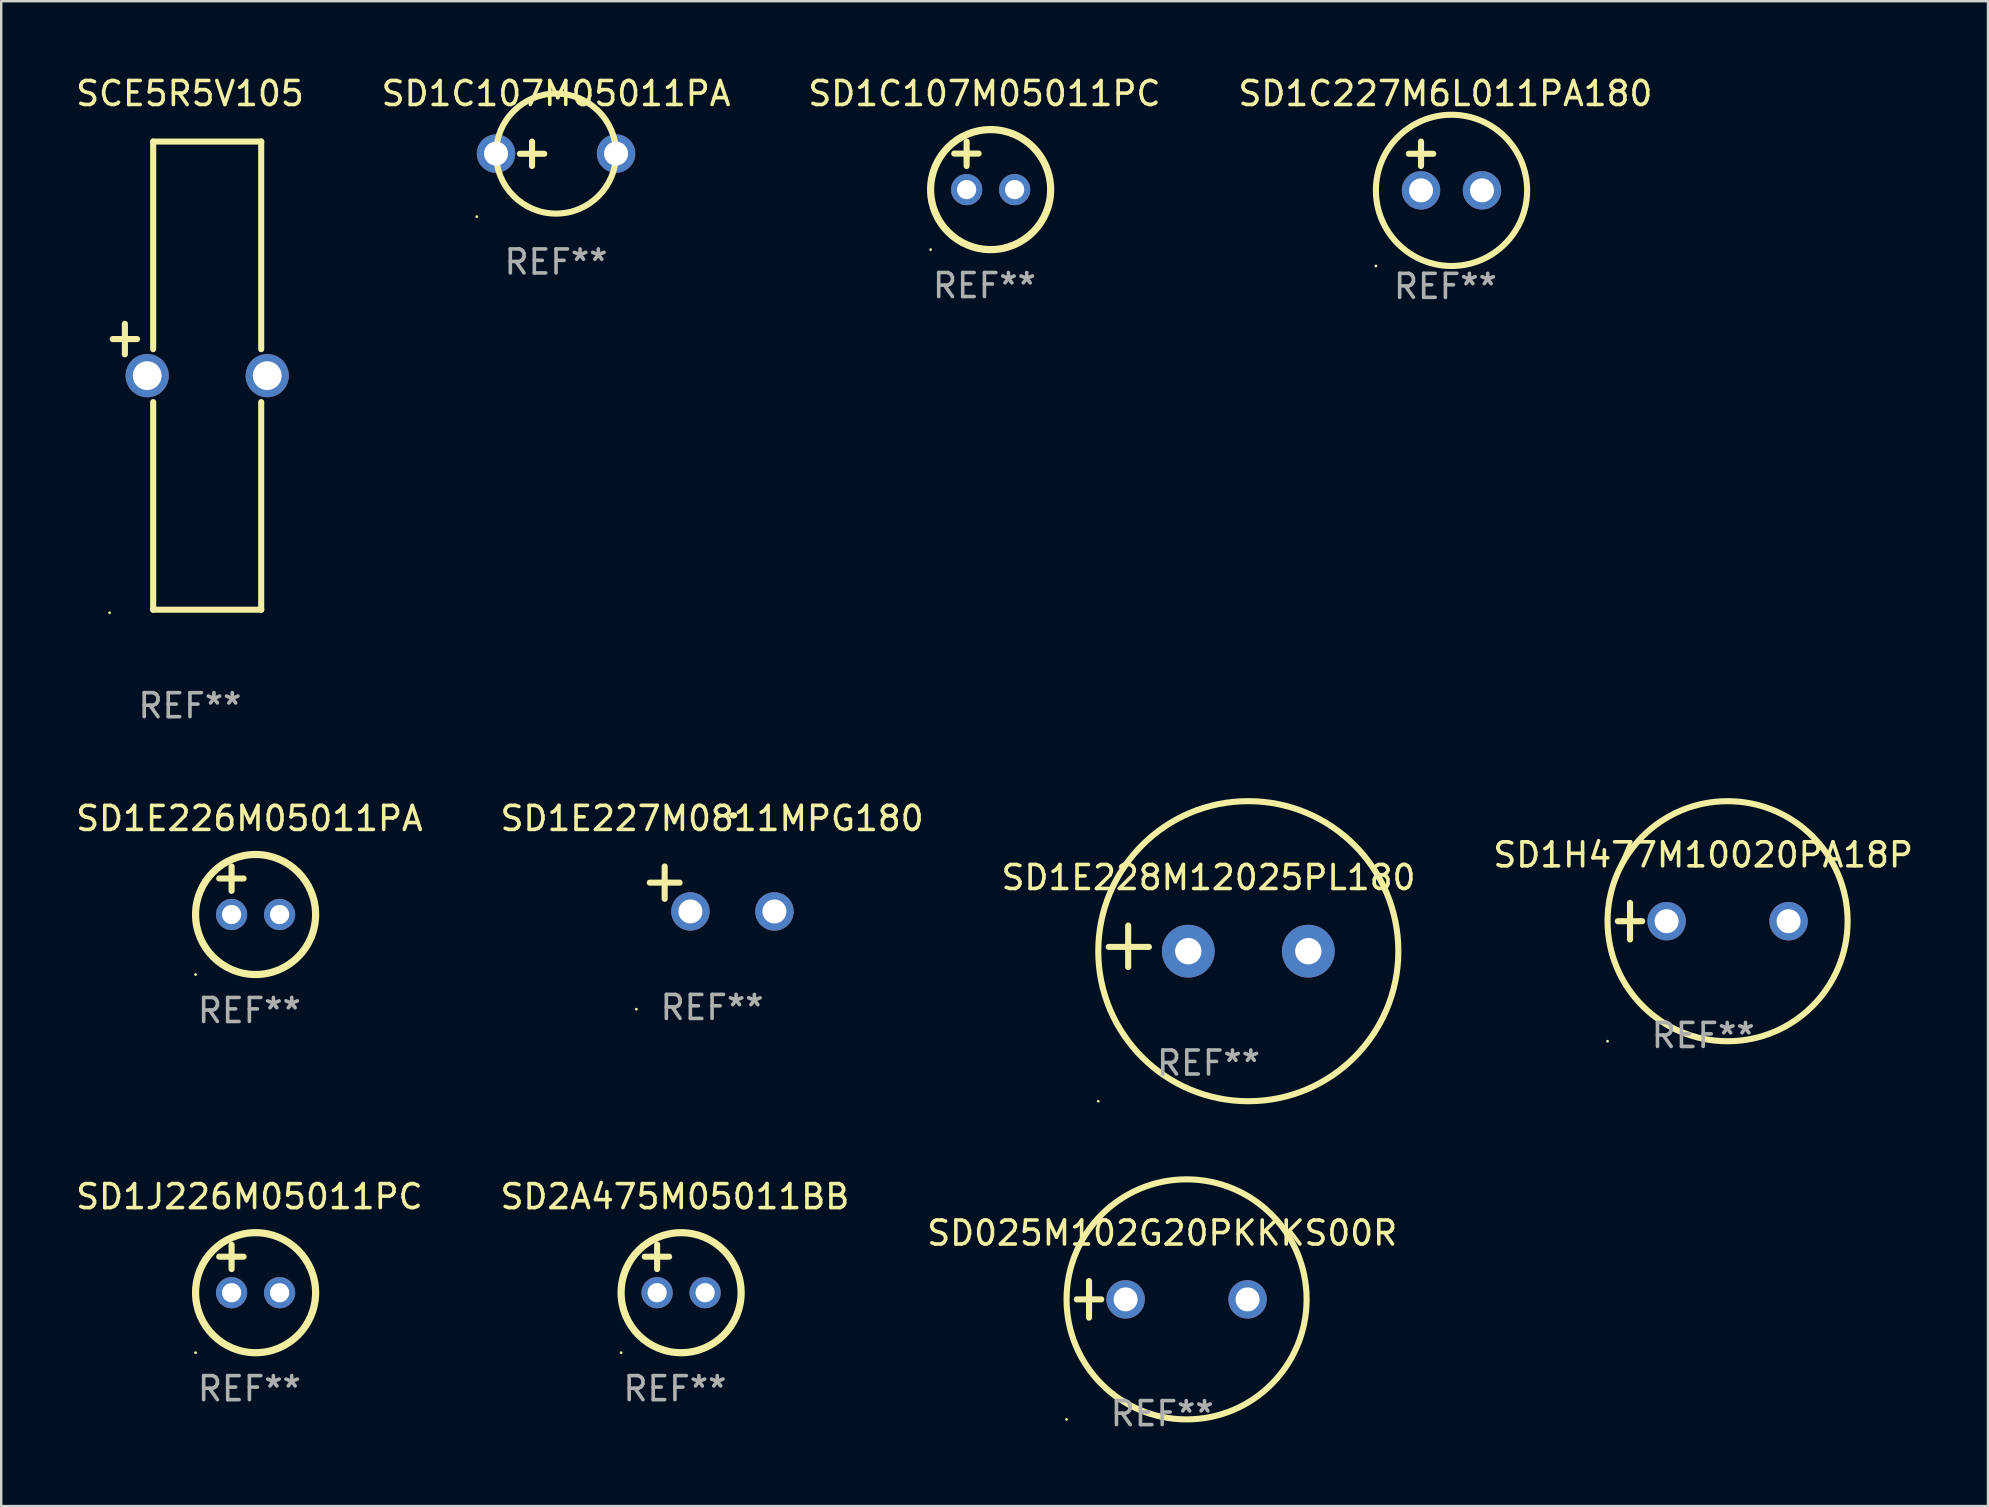
<source format=kicad_pcb>
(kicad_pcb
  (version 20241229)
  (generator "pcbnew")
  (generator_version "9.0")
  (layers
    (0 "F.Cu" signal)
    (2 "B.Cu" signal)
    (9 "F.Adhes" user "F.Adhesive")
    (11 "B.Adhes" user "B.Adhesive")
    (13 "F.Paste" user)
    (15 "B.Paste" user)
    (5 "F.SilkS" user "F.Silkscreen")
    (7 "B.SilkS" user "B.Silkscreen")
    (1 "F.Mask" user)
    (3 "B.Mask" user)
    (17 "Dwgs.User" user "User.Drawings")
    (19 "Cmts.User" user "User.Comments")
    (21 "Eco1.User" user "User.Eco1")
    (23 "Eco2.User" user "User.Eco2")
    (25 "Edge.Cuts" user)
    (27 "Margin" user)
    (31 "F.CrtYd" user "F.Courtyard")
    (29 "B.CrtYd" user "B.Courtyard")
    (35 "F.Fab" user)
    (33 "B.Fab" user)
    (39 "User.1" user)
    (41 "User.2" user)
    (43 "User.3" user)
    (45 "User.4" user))
  (footprint "SD1E227M0811MPG180"
    (layer "F.Cu")
    (at 26.613 33.981)
    (property "Reference" "SD1E227M0811MPG180" (at 0 -2.937 0) (layer "F.SilkS") (effects (font (size 1 1) (thickness 0.15))))
    (attr through_hole)
    (fp_line (start -1.975 0.41) (end -1.975 -0.937) (stroke (width 0.254) (type solid)) (layer "F.SilkS"))
    (fp_line (start -1.353 -0.263) (end -2.597 -0.263) (stroke (width 0.254) (type solid)) (layer "F.SilkS"))
    (fp_arc (start 0.849809 -3.063957) (mid 0.885369 -3.064114) (end 0.920929 -3.063957) (stroke (width 0.254001) (type solid)) (layer "F.SilkS"))
    (fp_circle (center -3.154 5.008) (end -3.124 5.008) (stroke (width 0.06) (type solid)) (fill no) (layer "F.SilkS"))
    (fp_text user "REF**" (at 0 4.937 0) (layer "F.Fab") (effects (font (size 1 1) (thickness 0.15))))
    (pad "1" thru_hole circle (at -0.903 0.937) (size 1.6 1.6) (drill 1) (layers "*.Cu" "*.Mask"))
    (pad "2" thru_hole circle (at 2.597 0.937) (size 1.6 1.6) (drill 1) (layers "*.Cu" "*.Mask")))
  (footprint "SD025M102G20PKKKS00R"
    (layer "F.Cu")
    (at 45.363 51.077)
    (property "Reference" "SD025M102G20PKKKS00R" (at 0 -2.762 0) (layer "F.SilkS") (effects (font (size 1 1) (thickness 0.15))))
    (attr through_hole)
    (fp_line (start -3.556 0) (end -2.54 0) (stroke (width 0.254) (type solid)) (layer "F.SilkS"))
    (fp_line (start -3.048 -0.762) (end -3.048 0.762) (stroke (width 0.254) (type solid)) (layer "F.SilkS"))
    (fp_circle (center -3.984 5) (end -3.954 5) (stroke (width 0.06) (type solid)) (fill no) (layer "F.SilkS"))
    (fp_circle (center 1.016 0) (end 6.016 0) (stroke (width 0.254) (type solid)) (fill no) (layer "F.SilkS"))
    (fp_text user "REF**" (at 0 4.762 0) (layer "F.Fab") (effects (font (size 1 1) (thickness 0.15))))
    (pad "1" thru_hole circle (at -1.524 0) (size 1.6 1.6) (drill 1) (layers "*.Cu" "*.Mask"))
    (pad "2" thru_hole circle (at 3.556 0) (size 1.6 1.6) (drill 1) (layers "*.Cu" "*.Mask")))
  (footprint "SD1H477M10020PA18P"
    (layer "F.Cu")
    (at 67.899 35.324)
    (property "Reference" "SD1H477M10020PA18P" (at 0 -2.762 0) (layer "F.SilkS") (effects (font (size 1 1) (thickness 0.15))))
    (attr through_hole)
    (fp_line (start -3.556 0) (end -2.54 0) (stroke (width 0.254) (type solid)) (layer "F.SilkS"))
    (fp_line (start -3.048 -0.762) (end -3.048 0.762) (stroke (width 0.254) (type solid)) (layer "F.SilkS"))
    (fp_circle (center -3.984 5) (end -3.954 5) (stroke (width 0.06) (type solid)) (fill no) (layer "F.SilkS"))
    (fp_circle (center 1.016 0) (end 6.016 0) (stroke (width 0.254) (type solid)) (fill no) (layer "F.SilkS"))
    (fp_text user "REF**" (at 0 4.762 0) (layer "F.Fab") (effects (font (size 1 1) (thickness 0.15))))
    (pad "1" thru_hole circle (at -1.524 0) (size 1.6 1.6) (drill 1) (layers "*.Cu" "*.Mask"))
    (pad "2" thru_hole circle (at 3.556 0) (size 1.6 1.6) (drill 1) (layers "*.Cu" "*.Mask")))
  (footprint "SD1J226M05011PC"
    (layer "F.Cu")
    (at 7.339 49.799)
    (property "Reference" "SD1J226M05011PC" (at 0 -3 0) (layer "F.SilkS") (effects (font (size 1 1) (thickness 0.15))))
    (attr through_hole)
    (fp_line (start -1.258 -0.5) (end -0.242 -0.5) (stroke (width 0.254) (type solid)) (layer "F.SilkS"))
    (fp_line (start -0.742 -1) (end -0.742 0.016) (stroke (width 0.254) (type solid)) (layer "F.SilkS"))
    (fp_circle (center -2.242 3.5) (end -2.212 3.5) (stroke (width 0.06) (type solid)) (fill no) (layer "F.SilkS"))
    (fp_circle (center 0.258 1) (end 2.758 1) (stroke (width 0.3) (type solid)) (fill no) (layer "F.SilkS"))
    (fp_text user "REF**" (at 0 5 0) (layer "F.Fab") (effects (font (size 1 1) (thickness 0.15))))
    (pad "1" thru_hole circle (at -0.742 1) (size 1.3 1.3) (drill 0.8) (layers "*.Cu" "*.Mask"))
    (pad "2" thru_hole circle (at 1.258 1) (size 1.3 1.3) (drill 0.8) (layers "*.Cu" "*.Mask")))
  (footprint "SD1E226M05011PA"
    (layer "F.Cu")
    (at 7.339 34.045)
    (property "Reference" "SD1E226M05011PA" (at 0 -3 0) (layer "F.SilkS") (effects (font (size 1 1) (thickness 0.15))))
    (attr through_hole)
    (fp_line (start -1.258 -0.5) (end -0.242 -0.5) (stroke (width 0.254) (type solid)) (layer "F.SilkS"))
    (fp_line (start -0.742 -1) (end -0.742 0.016) (stroke (width 0.254) (type solid)) (layer "F.SilkS"))
    (fp_circle (center -2.242 3.5) (end -2.212 3.5) (stroke (width 0.06) (type solid)) (fill no) (layer "F.SilkS"))
    (fp_circle (center 0.258 1) (end 2.758 1) (stroke (width 0.3) (type solid)) (fill no) (layer "F.SilkS"))
    (fp_text user "REF**" (at 0 5 0) (layer "F.Fab") (effects (font (size 1 1) (thickness 0.15))))
    (pad "1" thru_hole circle (at -0.742 1) (size 1.3 1.3) (drill 0.8) (layers "*.Cu" "*.Mask"))
    (pad "2" thru_hole circle (at 1.258 1) (size 1.3 1.3) (drill 0.8) (layers "*.Cu" "*.Mask")))
  (footprint "SD1C107M05011PC"
    (layer "F.Cu")
    (at 37.958 3.848)
    (property "Reference" "SD1C107M05011PC" (at 0 -3 0) (layer "F.SilkS") (effects (font (size 1 1) (thickness 0.15))))
    (attr through_hole)
    (fp_line (start -1.258 -0.5) (end -0.242 -0.5) (stroke (width 0.254) (type solid)) (layer "F.SilkS"))
    (fp_line (start -0.742 -1) (end -0.742 0.016) (stroke (width 0.254) (type solid)) (layer "F.SilkS"))
    (fp_circle (center -2.242 3.5) (end -2.212 3.5) (stroke (width 0.06) (type solid)) (fill no) (layer "F.SilkS"))
    (fp_circle (center 0.258 1) (end 2.758 1) (stroke (width 0.3) (type solid)) (fill no) (layer "F.SilkS"))
    (fp_text user "REF**" (at 0 5 0) (layer "F.Fab") (effects (font (size 1 1) (thickness 0.15))))
    (pad "1" thru_hole circle (at -0.742 1) (size 1.3 1.3) (drill 0.8) (layers "*.Cu" "*.Mask"))
    (pad "2" thru_hole circle (at 1.258 1) (size 1.3 1.3) (drill 0.8) (layers "*.Cu" "*.Mask")))
  (footprint "SD1E228M12025PL180"
    (layer "F.Cu")
    (at 47.292 36.37)
    (property "Reference" "SD1E228M12025PL180" (at 0 -2.864 0) (layer "F.SilkS") (effects (font (size 1 1) (thickness 0.15))))
    (attr through_hole)
    (fp_line (start -3.346 0.864) (end -3.346 -0.864) (stroke (width 0.254) (type solid)) (layer "F.SilkS"))
    (fp_line (start -2.482 0.025) (end -4.158 0.025) (stroke (width 0.254) (type solid)) (layer "F.SilkS"))
    (fp_circle (center -4.592 6.453) (end -4.562 6.453) (stroke (width 0.06) (type solid)) (fill no) (layer "F.SilkS"))
    (fp_circle (center 1.658 0.203) (end 7.908 0.203) (stroke (width 0.254) (type solid)) (fill no) (layer "F.SilkS"))
    (fp_text user "REF**" (at 0 4.864 0) (layer "F.Fab") (effects (font (size 1 1) (thickness 0.15))))
    (pad "1" thru_hole circle (at -0.842 0.203) (size 2.2 2.2) (drill 1.1) (layers "*.Cu" "*.Mask"))
    (pad "2" thru_hole circle (at 4.158 0.203) (size 2.2 2.2) (drill 1.1) (layers "*.Cu" "*.Mask")))
  (footprint "SD1C227M6L011PA180"
    (layer "F.Cu")
    (at 57.161 3.864)
    (property "Reference" "SD1C227M6L011PA180" (at 0 -3.016 0) (layer "F.SilkS") (effects (font (size 1 1) (thickness 0.15))))
    (attr through_hole)
    (fp_line (start -1.524 -0.508) (end -0.508 -0.508) (stroke (width 0.254) (type solid)) (layer "F.SilkS"))
    (fp_line (start -1.016 -1.016) (end -1.016 0) (stroke (width 0.254) (type solid)) (layer "F.SilkS"))
    (fp_circle (center -2.896 4.166) (end -2.866 4.166) (stroke (width 0.06) (type solid)) (fill no) (layer "F.SilkS"))
    (fp_circle (center 0.254 1.016) (end 3.404 1.016) (stroke (width 0.254) (type solid)) (fill no) (layer "F.SilkS"))
    (fp_text user "REF**" (at 0 5.016 0) (layer "F.Fab") (effects (font (size 1 1) (thickness 0.15))))
    (pad "1" thru_hole circle (at -1.016 1.016) (size 1.6 1.6) (drill 1) (layers "*.Cu" "*.Mask"))
    (pad "2" thru_hole circle (at 1.524 1.016) (size 1.6 1.6) (drill 1) (layers "*.Cu" "*.Mask")))
  (footprint "SCE5R5V105"
    (layer "F.Cu")
    (at 4.863 12.598)
    (property "Reference" "SCE5R5V105" (at 0 -11.75 0) (layer "F.SilkS") (effects (font (size 1 1) (thickness 0.15))))
    (attr through_hole)
    (fp_line (start -3.219 -1.524) (end -2.203 -1.524) (stroke (width 0.254) (type solid)) (layer "F.SilkS"))
    (fp_line (start -2.711 -2.159) (end -2.711 -0.889) (stroke (width 0.254) (type solid)) (layer "F.SilkS"))
    (fp_line (start -1.532 -9.75) (end -1.532 -1.103) (stroke (width 0.254) (type solid)) (layer "F.SilkS"))
    (fp_line (start -1.532 -9.75) (end 2.968 -9.75) (stroke (width 0.254) (type solid)) (layer "F.SilkS"))
    (fp_line (start -1.532 1.103) (end -1.532 9.75) (stroke (width 0.254) (type solid)) (layer "F.SilkS"))
    (fp_line (start -1.532 9.75) (end 2.968 9.75) (stroke (width 0.254) (type solid)) (layer "F.SilkS"))
    (fp_line (start 2.968 -9.75) (end 2.968 -1.103) (stroke (width 0.254) (type solid)) (layer "F.SilkS"))
    (fp_line (start 2.968 1.103) (end 2.968 9.75) (stroke (width 0.254) (type solid)) (layer "F.SilkS"))
    (fp_circle (center -3.346 9.877) (end -3.316 9.877) (stroke (width 0.06) (type solid)) (fill no) (layer "F.SilkS"))
    (fp_text user "REF**" (at 0 13.75 0) (layer "F.Fab") (effects (font (size 1 1) (thickness 0.15))))
    (pad "1" thru_hole circle (at -1.781 0) (size 1.8 1.8) (drill 1.2) (layers "*.Cu" "*.Mask"))
    (pad "2" thru_hole circle (at 3.219 0) (size 1.8 1.8) (drill 1.2) (layers "*.Cu" "*.Mask")))
  (footprint "SD1C107M05011PA"
    (layer "F.Cu")
    (at 20.113 3.356)
    (property "Reference" "SD1C107M05011PA" (at 0 -2.508 0) (layer "F.SilkS") (effects (font (size 1 1) (thickness 0.15))))
    (attr through_hole)
    (fp_line (start -1.508 0) (end -0.492 0) (stroke (width 0.254) (type solid)) (layer "F.SilkS"))
    (fp_line (start -1 -0.508) (end -1 0.508) (stroke (width 0.254) (type solid)) (layer "F.SilkS"))
    (fp_circle (center -3.3 2.619) (end -3.27 2.619) (stroke (width 0.06) (type solid)) (fill no) (layer "F.SilkS"))
    (fp_circle (center -0.000127 -0.008) (end 2.5 -0.008) (stroke (width 0.254) (type solid)) (fill no) (layer "F.SilkS"))
    (fp_text user "REF**" (at 0 4.508 0) (layer "F.Fab") (effects (font (size 1 1) (thickness 0.15))))
    (pad "1" thru_hole circle (at -2.5 -0.008) (size 1.6 1.6) (drill 1) (layers "*.Cu" "*.Mask"))
    (pad "2" thru_hole circle (at 2.5 -0.008) (size 1.6 1.6) (drill 1) (layers "*.Cu" "*.Mask")))
  (footprint "SD2A475M05011BB"
    (layer "F.Cu")
    (at 25.065 49.799)
    (property "Reference" "SD2A475M05011BB" (at 0 -3 0) (layer "F.SilkS") (effects (font (size 1 1) (thickness 0.15))))
    (attr through_hole)
    (fp_line (start -1.258 -0.5) (end -0.242 -0.5) (stroke (width 0.254) (type solid)) (layer "F.SilkS"))
    (fp_line (start -0.742 -1) (end -0.742 0.016) (stroke (width 0.254) (type solid)) (layer "F.SilkS"))
    (fp_circle (center -2.242 3.5) (end -2.212 3.5) (stroke (width 0.06) (type solid)) (fill no) (layer "F.SilkS"))
    (fp_circle (center 0.258 1) (end 2.758 1) (stroke (width 0.3) (type solid)) (fill no) (layer "F.SilkS"))
    (fp_text user "REF**" (at 0 5 0) (layer "F.Fab") (effects (font (size 1 1) (thickness 0.15))))
    (pad "1" thru_hole circle (at -0.742 1) (size 1.3 1.3) (drill 0.8) (layers "*.Cu" "*.Mask"))
    (pad "2" thru_hole circle (at 1.258 1) (size 1.3 1.3) (drill 0.8) (layers "*.Cu" "*.Mask")))
  (gr_rect
    (start -3 -3)
    (end 79.762 59.688)
    (stroke (width 0.1) (type default))
    (fill no)
    (layer "Edge.Cuts")))
</source>
